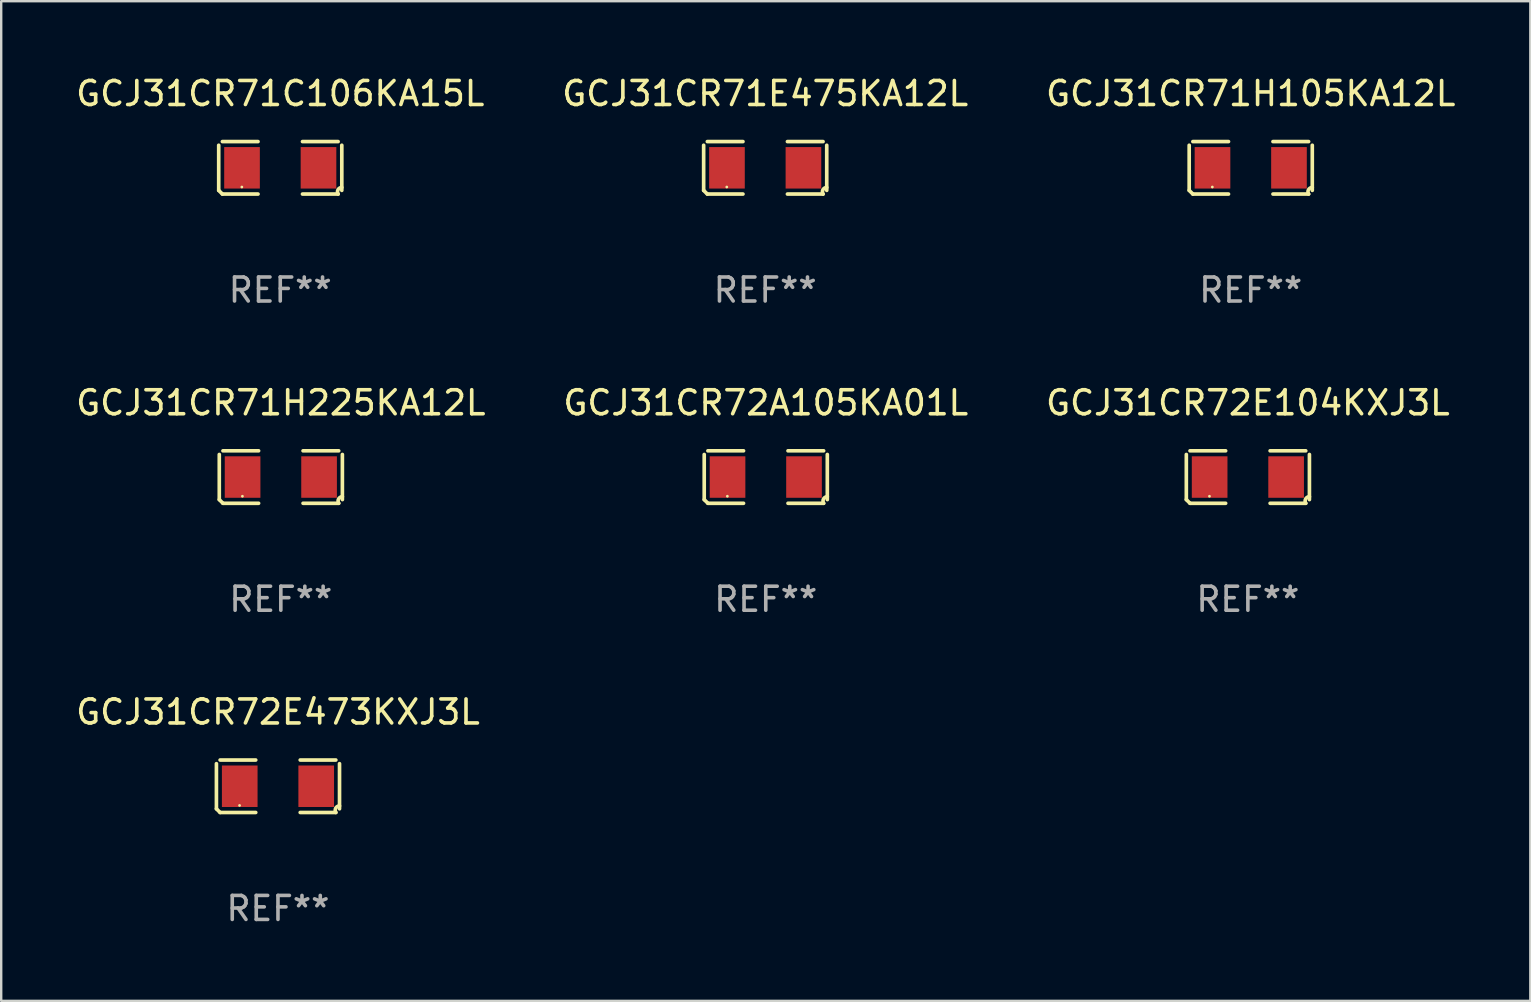
<source format=kicad_pcb>
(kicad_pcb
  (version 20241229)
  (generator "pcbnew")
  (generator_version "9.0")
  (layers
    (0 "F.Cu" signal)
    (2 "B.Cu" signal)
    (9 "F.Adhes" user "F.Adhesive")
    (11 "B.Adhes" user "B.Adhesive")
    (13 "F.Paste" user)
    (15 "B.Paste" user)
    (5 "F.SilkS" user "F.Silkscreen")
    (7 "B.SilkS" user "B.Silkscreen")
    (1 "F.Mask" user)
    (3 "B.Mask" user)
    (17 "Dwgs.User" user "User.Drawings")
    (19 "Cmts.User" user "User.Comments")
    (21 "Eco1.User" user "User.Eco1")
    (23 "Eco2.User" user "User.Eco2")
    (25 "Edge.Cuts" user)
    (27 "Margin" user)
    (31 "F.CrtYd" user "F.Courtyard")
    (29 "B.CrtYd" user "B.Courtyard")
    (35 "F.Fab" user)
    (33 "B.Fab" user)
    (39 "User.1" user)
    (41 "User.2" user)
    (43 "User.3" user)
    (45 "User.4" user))
  (footprint "GCJ31CR72A105KA01L"
    (layer "F.Cu")
    (at 28.851 16.823)
    (property "Reference" "GCJ31CR72A105KA01L" (at 0 -3.093 0) (layer "F.SilkS") (effects (font (size 1 1) (thickness 0.15))))
    (attr through_hole)
    (fp_line (start -2.564 0.94) (end -2.564 -0.94) (stroke (width 0.152) (type solid)) (layer "F.SilkS"))
    (fp_line (start -2.411 -1.093) (end -0.926 -1.093) (stroke (width 0.152) (type solid)) (layer "F.SilkS"))
    (fp_line (start -0.926 1.093) (end -2.411 1.093) (stroke (width 0.152) (type solid)) (layer "F.SilkS"))
    (fp_line (start 0.926 1.093) (end 2.411 1.093) (stroke (width 0.152) (type solid)) (layer "F.SilkS"))
    (fp_line (start 2.411 -1.093) (end 0.926 -1.093) (stroke (width 0.152) (type solid)) (layer "F.SilkS"))
    (fp_line (start 2.564 0.94) (end 2.564 -0.94) (stroke (width 0.152) (type solid)) (layer "F.SilkS"))
    (fp_arc (start -2.411201 1.092609) (mid -2.487413 1.01642) (end -2.563602 0.940208) (stroke (width 0.1524) (type solid)) (layer "F.SilkS"))
    (fp_arc (start 2.411201 1.092609) (mid 2.407159 0.911226) (end 2.563602 0.819347) (stroke (width 0.1524) (type solid)) (layer "F.SilkS"))
    (fp_circle (center -1.6 0.8) (end -1.57 0.8) (stroke (width 0.06) (type solid)) (fill no) (layer "F.SilkS"))
    (fp_text user "REF**" (at 0 5.093 0) (layer "F.Fab") (effects (font (size 1 1) (thickness 0.15))))
    (pad "1" smd rect (at -1.593 0) (size 1.485 1.728) (layers "F.Cu" "F.Mask" "F.Paste"))
    (pad "2" smd rect (at 1.593 0) (size 1.485 1.728) (layers "F.Cu" "F.Mask" "F.Paste")))
  (footprint "GCJ31CR71H105KA12L"
    (layer "F.Cu")
    (at 49.054 3.941)
    (property "Reference" "GCJ31CR71H105KA12L" (at 0 -3.093 0) (layer "F.SilkS") (effects (font (size 1 1) (thickness 0.15))))
    (attr through_hole)
    (fp_line (start -2.564 0.94) (end -2.564 -0.94) (stroke (width 0.152) (type solid)) (layer "F.SilkS"))
    (fp_line (start -2.411 -1.093) (end -0.926 -1.093) (stroke (width 0.152) (type solid)) (layer "F.SilkS"))
    (fp_line (start -0.926 1.093) (end -2.411 1.093) (stroke (width 0.152) (type solid)) (layer "F.SilkS"))
    (fp_line (start 0.926 1.093) (end 2.411 1.093) (stroke (width 0.152) (type solid)) (layer "F.SilkS"))
    (fp_line (start 2.411 -1.093) (end 0.926 -1.093) (stroke (width 0.152) (type solid)) (layer "F.SilkS"))
    (fp_line (start 2.564 0.94) (end 2.564 -0.94) (stroke (width 0.152) (type solid)) (layer "F.SilkS"))
    (fp_arc (start -2.411201 1.092609) (mid -2.487413 1.01642) (end -2.563602 0.940208) (stroke (width 0.1524) (type solid)) (layer "F.SilkS"))
    (fp_arc (start 2.411201 1.092609) (mid 2.407159 0.911226) (end 2.563602 0.819347) (stroke (width 0.1524) (type solid)) (layer "F.SilkS"))
    (fp_circle (center -1.6 0.8) (end -1.57 0.8) (stroke (width 0.06) (type solid)) (fill no) (layer "F.SilkS"))
    (fp_text user "REF**" (at 0 5.093 0) (layer "F.Fab") (effects (font (size 1 1) (thickness 0.15))))
    (pad "1" smd rect (at -1.593 0) (size 1.485 1.728) (layers "F.Cu" "F.Mask" "F.Paste"))
    (pad "2" smd rect (at 1.593 0) (size 1.485 1.728) (layers "F.Cu" "F.Mask" "F.Paste")))
  (footprint "GCJ31CR71H225KA12L"
    (layer "F.Cu")
    (at 8.649 16.823)
    (property "Reference" "GCJ31CR71H225KA12L" (at 0 -3.093 0) (layer "F.SilkS") (effects (font (size 1 1) (thickness 0.15))))
    (attr through_hole)
    (fp_line (start -2.564 0.94) (end -2.564 -0.94) (stroke (width 0.152) (type solid)) (layer "F.SilkS"))
    (fp_line (start -2.411 -1.093) (end -0.926 -1.093) (stroke (width 0.152) (type solid)) (layer "F.SilkS"))
    (fp_line (start -0.926 1.093) (end -2.411 1.093) (stroke (width 0.152) (type solid)) (layer "F.SilkS"))
    (fp_line (start 0.926 1.093) (end 2.411 1.093) (stroke (width 0.152) (type solid)) (layer "F.SilkS"))
    (fp_line (start 2.411 -1.093) (end 0.926 -1.093) (stroke (width 0.152) (type solid)) (layer "F.SilkS"))
    (fp_line (start 2.564 0.94) (end 2.564 -0.94) (stroke (width 0.152) (type solid)) (layer "F.SilkS"))
    (fp_arc (start -2.411201 1.092609) (mid -2.487413 1.01642) (end -2.563602 0.940208) (stroke (width 0.1524) (type solid)) (layer "F.SilkS"))
    (fp_arc (start 2.411201 1.092609) (mid 2.407159 0.911226) (end 2.563602 0.819347) (stroke (width 0.1524) (type solid)) (layer "F.SilkS"))
    (fp_circle (center -1.6 0.8) (end -1.57 0.8) (stroke (width 0.06) (type solid)) (fill no) (layer "F.SilkS"))
    (fp_text user "REF**" (at 0 5.093 0) (layer "F.Fab") (effects (font (size 1 1) (thickness 0.15))))
    (pad "1" smd rect (at -1.593 0) (size 1.485 1.728) (layers "F.Cu" "F.Mask" "F.Paste"))
    (pad "2" smd rect (at 1.593 0) (size 1.485 1.728) (layers "F.Cu" "F.Mask" "F.Paste")))
  (footprint "GCJ31CR71C106KA15L"
    (layer "F.Cu")
    (at 8.625 3.941)
    (property "Reference" "GCJ31CR71C106KA15L" (at 0 -3.093 0) (layer "F.SilkS") (effects (font (size 1 1) (thickness 0.15))))
    (attr through_hole)
    (fp_line (start -2.564 0.94) (end -2.564 -0.94) (stroke (width 0.152) (type solid)) (layer "F.SilkS"))
    (fp_line (start -2.411 -1.093) (end -0.926 -1.093) (stroke (width 0.152) (type solid)) (layer "F.SilkS"))
    (fp_line (start -0.926 1.093) (end -2.411 1.093) (stroke (width 0.152) (type solid)) (layer "F.SilkS"))
    (fp_line (start 0.926 1.093) (end 2.411 1.093) (stroke (width 0.152) (type solid)) (layer "F.SilkS"))
    (fp_line (start 2.411 -1.093) (end 0.926 -1.093) (stroke (width 0.152) (type solid)) (layer "F.SilkS"))
    (fp_line (start 2.564 0.94) (end 2.564 -0.94) (stroke (width 0.152) (type solid)) (layer "F.SilkS"))
    (fp_arc (start -2.411201 1.092609) (mid -2.487413 1.01642) (end -2.563602 0.940208) (stroke (width 0.1524) (type solid)) (layer "F.SilkS"))
    (fp_arc (start 2.411201 1.092609) (mid 2.407159 0.911226) (end 2.563602 0.819347) (stroke (width 0.1524) (type solid)) (layer "F.SilkS"))
    (fp_circle (center -1.6 0.8) (end -1.57 0.8) (stroke (width 0.06) (type solid)) (fill no) (layer "F.SilkS"))
    (fp_text user "REF**" (at 0 5.093 0) (layer "F.Fab") (effects (font (size 1 1) (thickness 0.15))))
    (pad "1" smd rect (at -1.593 0) (size 1.485 1.728) (layers "F.Cu" "F.Mask" "F.Paste"))
    (pad "2" smd rect (at 1.593 0) (size 1.485 1.728) (layers "F.Cu" "F.Mask" "F.Paste")))
  (footprint "GCJ31CR72E104KXJ3L"
    (layer "F.Cu")
    (at 48.935 16.823)
    (property "Reference" "GCJ31CR72E104KXJ3L" (at 0 -3.093 0) (layer "F.SilkS") (effects (font (size 1 1) (thickness 0.15))))
    (attr through_hole)
    (fp_line (start -2.564 0.94) (end -2.564 -0.94) (stroke (width 0.152) (type solid)) (layer "F.SilkS"))
    (fp_line (start -2.411 -1.093) (end -0.926 -1.093) (stroke (width 0.152) (type solid)) (layer "F.SilkS"))
    (fp_line (start -0.926 1.093) (end -2.411 1.093) (stroke (width 0.152) (type solid)) (layer "F.SilkS"))
    (fp_line (start 0.926 1.093) (end 2.411 1.093) (stroke (width 0.152) (type solid)) (layer "F.SilkS"))
    (fp_line (start 2.411 -1.093) (end 0.926 -1.093) (stroke (width 0.152) (type solid)) (layer "F.SilkS"))
    (fp_line (start 2.564 0.94) (end 2.564 -0.94) (stroke (width 0.152) (type solid)) (layer "F.SilkS"))
    (fp_arc (start -2.411201 1.092609) (mid -2.487413 1.01642) (end -2.563602 0.940208) (stroke (width 0.1524) (type solid)) (layer "F.SilkS"))
    (fp_arc (start 2.411201 1.092609) (mid 2.407159 0.911226) (end 2.563602 0.819347) (stroke (width 0.1524) (type solid)) (layer "F.SilkS"))
    (fp_circle (center -1.6 0.8) (end -1.57 0.8) (stroke (width 0.06) (type solid)) (fill no) (layer "F.SilkS"))
    (fp_text user "REF**" (at 0 5.093 0) (layer "F.Fab") (effects (font (size 1 1) (thickness 0.15))))
    (pad "1" smd rect (at -1.593 0) (size 1.485 1.728) (layers "F.Cu" "F.Mask" "F.Paste"))
    (pad "2" smd rect (at 1.593 0) (size 1.485 1.728) (layers "F.Cu" "F.Mask" "F.Paste")))
  (footprint "GCJ31CR72E473KXJ3L"
    (layer "F.Cu")
    (at 8.53 29.704)
    (property "Reference" "GCJ31CR72E473KXJ3L" (at 0 -3.093 0) (layer "F.SilkS") (effects (font (size 1 1) (thickness 0.15))))
    (attr through_hole)
    (fp_line (start -2.564 0.94) (end -2.564 -0.94) (stroke (width 0.152) (type solid)) (layer "F.SilkS"))
    (fp_line (start -2.411 -1.093) (end -0.926 -1.093) (stroke (width 0.152) (type solid)) (layer "F.SilkS"))
    (fp_line (start -0.926 1.093) (end -2.411 1.093) (stroke (width 0.152) (type solid)) (layer "F.SilkS"))
    (fp_line (start 0.926 1.093) (end 2.411 1.093) (stroke (width 0.152) (type solid)) (layer "F.SilkS"))
    (fp_line (start 2.411 -1.093) (end 0.926 -1.093) (stroke (width 0.152) (type solid)) (layer "F.SilkS"))
    (fp_line (start 2.564 0.94) (end 2.564 -0.94) (stroke (width 0.152) (type solid)) (layer "F.SilkS"))
    (fp_arc (start -2.411201 1.092609) (mid -2.487413 1.01642) (end -2.563602 0.940208) (stroke (width 0.1524) (type solid)) (layer "F.SilkS"))
    (fp_arc (start 2.411201 1.092609) (mid 2.407159 0.911226) (end 2.563602 0.819347) (stroke (width 0.1524) (type solid)) (layer "F.SilkS"))
    (fp_circle (center -1.6 0.8) (end -1.57 0.8) (stroke (width 0.06) (type solid)) (fill no) (layer "F.SilkS"))
    (fp_text user "REF**" (at 0 5.093 0) (layer "F.Fab") (effects (font (size 1 1) (thickness 0.15))))
    (pad "1" smd rect (at -1.593 0) (size 1.485 1.728) (layers "F.Cu" "F.Mask" "F.Paste"))
    (pad "2" smd rect (at 1.593 0) (size 1.485 1.728) (layers "F.Cu" "F.Mask" "F.Paste")))
  (footprint "GCJ31CR71E475KA12L"
    (layer "F.Cu")
    (at 28.827 3.941)
    (property "Reference" "GCJ31CR71E475KA12L" (at 0 -3.093 0) (layer "F.SilkS") (effects (font (size 1 1) (thickness 0.15))))
    (attr through_hole)
    (fp_line (start -2.564 0.94) (end -2.564 -0.94) (stroke (width 0.152) (type solid)) (layer "F.SilkS"))
    (fp_line (start -2.411 -1.093) (end -0.926 -1.093) (stroke (width 0.152) (type solid)) (layer "F.SilkS"))
    (fp_line (start -0.926 1.093) (end -2.411 1.093) (stroke (width 0.152) (type solid)) (layer "F.SilkS"))
    (fp_line (start 0.926 1.093) (end 2.411 1.093) (stroke (width 0.152) (type solid)) (layer "F.SilkS"))
    (fp_line (start 2.411 -1.093) (end 0.926 -1.093) (stroke (width 0.152) (type solid)) (layer "F.SilkS"))
    (fp_line (start 2.564 0.94) (end 2.564 -0.94) (stroke (width 0.152) (type solid)) (layer "F.SilkS"))
    (fp_arc (start -2.411201 1.092609) (mid -2.487413 1.01642) (end -2.563602 0.940208) (stroke (width 0.1524) (type solid)) (layer "F.SilkS"))
    (fp_arc (start 2.411201 1.092609) (mid 2.407159 0.911226) (end 2.563602 0.819347) (stroke (width 0.1524) (type solid)) (layer "F.SilkS"))
    (fp_circle (center -1.6 0.8) (end -1.57 0.8) (stroke (width 0.06) (type solid)) (fill no) (layer "F.SilkS"))
    (fp_text user "REF**" (at 0 5.093 0) (layer "F.Fab") (effects (font (size 1 1) (thickness 0.15))))
    (pad "1" smd rect (at -1.593 0) (size 1.485 1.728) (layers "F.Cu" "F.Mask" "F.Paste"))
    (pad "2" smd rect (at 1.593 0) (size 1.485 1.728) (layers "F.Cu" "F.Mask" "F.Paste")))
  (gr_rect
    (start -3 -3)
    (end 60.702 38.645)
    (stroke (width 0.1) (type default))
    (fill no)
    (layer "Edge.Cuts")))
</source>
